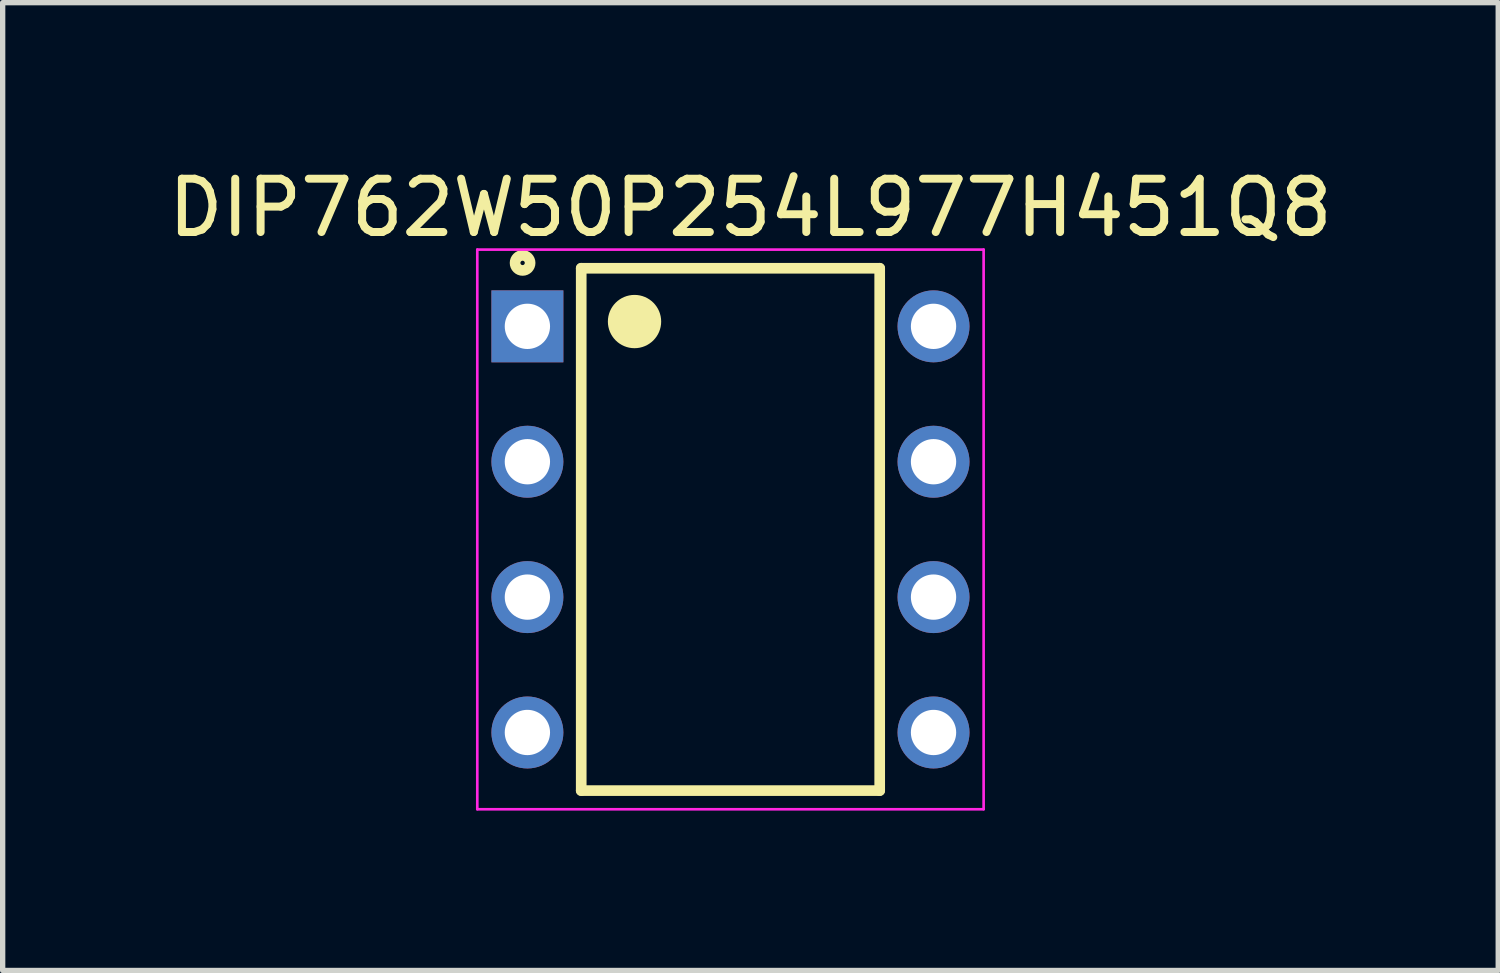
<source format=kicad_pcb>
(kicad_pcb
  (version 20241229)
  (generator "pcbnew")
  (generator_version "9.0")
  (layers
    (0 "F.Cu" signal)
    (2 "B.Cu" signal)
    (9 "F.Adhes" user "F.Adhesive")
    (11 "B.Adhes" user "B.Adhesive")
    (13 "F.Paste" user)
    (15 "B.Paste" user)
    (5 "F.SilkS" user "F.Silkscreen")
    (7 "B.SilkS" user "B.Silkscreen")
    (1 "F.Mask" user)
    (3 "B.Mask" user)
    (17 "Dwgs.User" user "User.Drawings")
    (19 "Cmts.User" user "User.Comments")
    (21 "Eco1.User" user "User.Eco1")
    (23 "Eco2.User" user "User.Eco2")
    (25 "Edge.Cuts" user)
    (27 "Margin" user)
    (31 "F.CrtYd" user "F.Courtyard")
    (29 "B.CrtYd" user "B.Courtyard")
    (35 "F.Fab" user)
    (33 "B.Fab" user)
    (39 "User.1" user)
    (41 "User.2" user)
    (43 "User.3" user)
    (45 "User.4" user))
  (footprint "DIP762W50P254L977H451Q8"
    (layer "F.Cu")
    (at 10.655 6.883)
    (property "Reference" "DIP762W50P254L977H451Q8" (at 0.375 -6.035 0) (layer "F.SilkS") (effects (font (size 1 1) (thickness 0.15))))
    (attr through_hole)
    (fp_line (start -2.8 -4.9) (end 2.8 -4.9) (stroke (width 0.2) (type solid)) (layer "F.SilkS"))
    (fp_line (start -2.8 4.9) (end -2.8 -4.9) (stroke (width 0.2) (type solid)) (layer "F.SilkS"))
    (fp_line (start 2.8 -4.9) (end 2.8 4.9) (stroke (width 0.2) (type solid)) (layer "F.SilkS"))
    (fp_line (start 2.8 4.9) (end -2.8 4.9) (stroke (width 0.2) (type solid)) (layer "F.SilkS"))
    (fp_circle (center -3.9 -5) (end -3.759 -5) (stroke (width 0.2) (type solid)) (fill no) (layer "F.SilkS"))
    (fp_circle (center -1.9 -3.9) (end -1.759 -3.9) (stroke (width 0.2) (type solid)) (fill no) (layer "F.SilkS"))
    (fp_circle (center -1.8 -3.9) (end -1.576 -3.9) (stroke (width 0.2) (type solid)) (fill no) (layer "F.SilkS"))
    (fp_circle (center -1.8 -3.9) (end -1.4 -3.9) (stroke (width 0.2) (type solid)) (fill no) (layer "F.SilkS"))
    (fp_circle (center -1.7 -3.9) (end -1.5 -3.9) (stroke (width 0.2) (type solid)) (fill no) (layer "F.SilkS"))
    (fp_line (start -4.75 -5.25) (end 4.75 -5.25) (stroke (width 0.05) (type solid)) (layer "F.CrtYd"))
    (fp_line (start -4.75 5.25) (end -4.75 -5.25) (stroke (width 0.05) (type solid)) (layer "F.CrtYd"))
    (fp_line (start 4.75 -5.25) (end 4.75 5.25) (stroke (width 0.05) (type solid)) (layer "F.CrtYd"))
    (fp_line (start 4.75 5.25) (end -4.75 5.25) (stroke (width 0.05) (type solid)) (layer "F.CrtYd"))
    (pad "1" thru_hole rect (at -3.81 -3.81) (size 1.35 1.35) (drill 0.85) (layers "*.Cu" "*.Mask"))
    (pad "2" thru_hole circle (at -3.81 -1.27) (size 1.35 1.35) (drill 0.85) (layers "*.Cu" "*.Mask"))
    (pad "3" thru_hole circle (at -3.81 1.27) (size 1.35 1.35) (drill 0.85) (layers "*.Cu" "*.Mask"))
    (pad "4" thru_hole circle (at -3.81 3.81) (size 1.35 1.35) (drill 0.85) (layers "*.Cu" "*.Mask"))
    (pad "5" thru_hole circle (at 3.81 3.81) (size 1.35 1.35) (drill 0.85) (layers "*.Cu" "*.Mask"))
    (pad "6" thru_hole circle (at 3.81 1.27) (size 1.35 1.35) (drill 0.85) (layers "*.Cu" "*.Mask"))
    (pad "7" thru_hole circle (at 3.81 -1.27) (size 1.35 1.35) (drill 0.85) (layers "*.Cu" "*.Mask"))
    (pad "8" thru_hole circle (at 3.81 -3.81) (size 1.35 1.35) (drill 0.85) (layers "*.Cu" "*.Mask")))
  (gr_rect
    (start -3 -3)
    (end 25.06 15.158)
    (stroke (width 0.1) (type default))
    (fill no)
    (layer "Edge.Cuts")))
</source>
